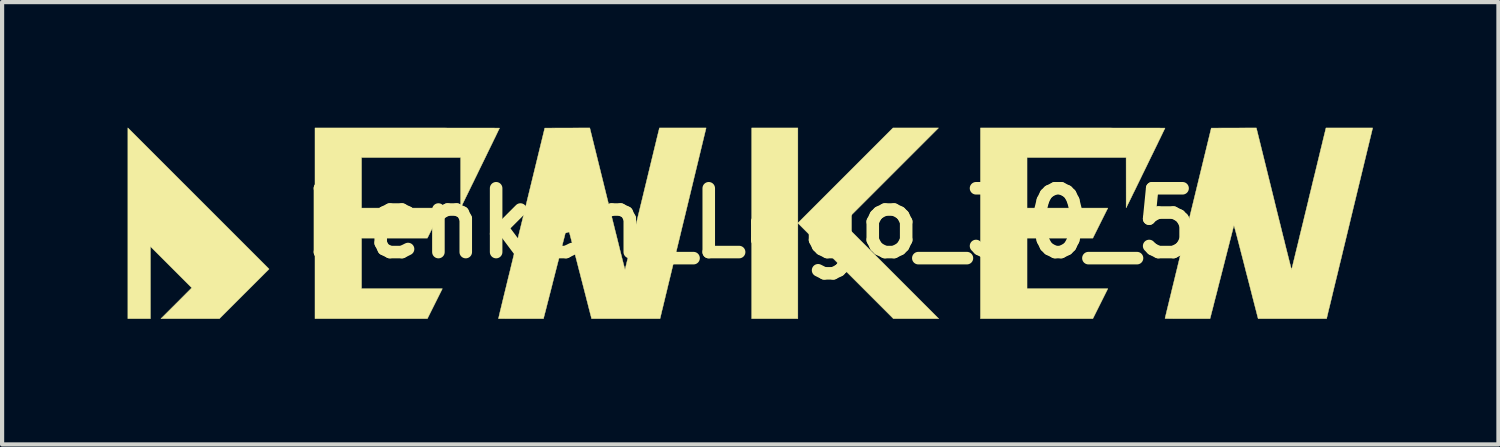
<source format=kicad_pcb>
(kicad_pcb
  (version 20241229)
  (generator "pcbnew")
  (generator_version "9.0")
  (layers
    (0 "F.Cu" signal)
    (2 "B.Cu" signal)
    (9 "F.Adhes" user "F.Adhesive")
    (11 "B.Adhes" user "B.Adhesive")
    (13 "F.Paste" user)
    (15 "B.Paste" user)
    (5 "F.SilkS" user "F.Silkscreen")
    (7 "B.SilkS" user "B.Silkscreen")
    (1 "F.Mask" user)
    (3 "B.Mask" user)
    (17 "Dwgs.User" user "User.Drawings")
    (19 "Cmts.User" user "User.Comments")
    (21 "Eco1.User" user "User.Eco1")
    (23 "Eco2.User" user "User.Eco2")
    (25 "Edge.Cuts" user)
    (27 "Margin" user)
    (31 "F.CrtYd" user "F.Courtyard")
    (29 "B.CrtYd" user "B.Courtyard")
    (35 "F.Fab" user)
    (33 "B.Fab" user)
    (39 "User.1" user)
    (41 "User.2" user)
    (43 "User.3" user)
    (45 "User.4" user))
  (footprint "Denken_Logo_30_5"
    (layer "F.Cu")
    (at 14.9 2.283)
    (property "Reference" "Denken_Logo_30_5" (at 0 0 0) (layer "F.SilkS") (effects (font (size 1.524 1.524) (thickness 0.3))))
    (attr through_hole)
    (fp_poly (pts (xy -13.208 -0.592) (xy -11.521 1.095) (xy -12.115 1.688) (xy -12.708 2.281) (xy -14.105 2.281) (xy -13.736 1.913) (xy -13.368 1.544) (xy -13.862 1.05) (xy -14.356 0.556) (xy -14.356 2.281) (xy -14.895 2.281) (xy -14.895 -2.278) (xy -13.208 -0.592)) (stroke (width 0.01) (type solid)) (fill yes) (layer "F.SilkS"))
    (fp_poly (pts (xy 1.113 -0.003) (xy 2.249 -1.139) (xy 3.386 -2.276) (xy 4.473 -2.276) (xy 3.335 -1.138) (xy 2.197 0) (xy 3.338 1.14) (xy 4.478 2.281) (xy 3.396 2.281) (xy 1.113 -0.003) (xy 1.113 2.281) (xy 0.01 2.281) (xy 0.01 -2.276) (xy 1.113 -2.276) (xy 1.113 -0.003)) (stroke (width 0.01) (type solid)) (fill yes) (layer "F.SilkS"))
    (fp_poly (pts (xy -8.07 -2.276) (xy -7.924 -2.276) (xy -7.78 -2.276) (xy -7.64 -2.276) (xy -7.503 -2.276) (xy -7.37 -2.276) (xy -7.241 -2.275) (xy -7.117 -2.275) (xy -6.998 -2.275) (xy -6.884 -2.275) (xy -6.775 -2.275) (xy -6.673 -2.275) (xy -6.576 -2.275) (xy -6.486 -2.275) (xy -6.403 -2.274) (xy -6.327 -2.274) (xy -6.258 -2.274) (xy -6.197 -2.274) (xy -6.145 -2.274) (xy -6.101 -2.273) (xy -6.065 -2.273) (xy -6.039 -2.273) (xy -6.022 -2.273) (xy -6.015 -2.272) (xy -6.015 -2.272) (xy -6.017 -2.268) (xy -6.023 -2.254) (xy -6.034 -2.233) (xy -6.048 -2.204) (xy -6.065 -2.168) (xy -6.086 -2.125) (xy -6.109 -2.076) (xy -6.136 -2.022) (xy -6.164 -1.964) (xy -6.195 -1.9) (xy -6.228 -1.833) (xy -6.262 -1.763) (xy -6.298 -1.689) (xy -6.334 -1.614) (xy -6.372 -1.536) (xy -6.41 -1.458) (xy -6.449 -1.379) (xy -6.488 -1.299) (xy -6.526 -1.22) (xy -6.564 -1.142) (xy -6.602 -1.065) (xy -6.638 -0.99) (xy -6.674 -0.918) (xy -6.708 -0.848) (xy -6.74 -0.782) (xy -6.77 -0.721) (xy -6.798 -0.663) (xy -6.824 -0.611) (xy -6.846 -0.564) (xy -6.866 -0.524) (xy -6.883 -0.49) (xy -6.896 -0.463) (xy -6.905 -0.445) (xy -6.909 -0.437) (xy -6.944 -0.368) (xy -6.944 -1.57) (xy -9.312 -1.57) (xy -9.312 -0.361) (xy -7.381 -0.361) (xy -7.56 -0.003) (xy -7.739 0.356) (xy -8.509 0.356) (xy -8.597 0.356) (xy -8.682 0.356) (xy -8.764 0.356) (xy -8.843 0.356) (xy -8.917 0.356) (xy -8.986 0.356) (xy -9.049 0.356) (xy -9.107 0.356) (xy -9.158 0.356) (xy -9.238 0.356) (xy -9.266 0.356) (xy -9.285 0.356) (xy -9.294 0.356) (xy -9.295 0.356) (xy -9.312 0.356) (xy -9.312 1.565) (xy -7.381 1.565) (xy -7.56 1.923) (xy -7.739 2.281) (xy -10.424 2.281) (xy -10.424 -2.276) (xy -8.219 -2.276) (xy -8.07 -2.276)) (stroke (width 0.01) (type solid)) (fill yes) (layer "F.SilkS"))
    (fp_poly (pts (xy 7.83 -2.276) (xy 7.977 -2.276) (xy 8.12 -2.276) (xy 8.261 -2.276) (xy 8.397 -2.276) (xy 8.53 -2.276) (xy 8.659 -2.275) (xy 8.783 -2.275) (xy 8.902 -2.275) (xy 9.017 -2.275) (xy 9.125 -2.275) (xy 9.228 -2.275) (xy 9.324 -2.275) (xy 9.414 -2.275) (xy 9.498 -2.274) (xy 9.574 -2.274) (xy 9.642 -2.274) (xy 9.703 -2.274) (xy 9.756 -2.274) (xy 9.8 -2.273) (xy 9.835 -2.273) (xy 9.862 -2.273) (xy 9.878 -2.273) (xy 9.885 -2.272) (xy 9.886 -2.272) (xy 9.883 -2.268) (xy 9.877 -2.254) (xy 9.867 -2.233) (xy 9.853 -2.204) (xy 9.835 -2.168) (xy 9.815 -2.125) (xy 9.791 -2.076) (xy 9.765 -2.022) (xy 9.736 -1.964) (xy 9.706 -1.9) (xy 9.673 -1.833) (xy 9.639 -1.763) (xy 9.603 -1.689) (xy 9.566 -1.614) (xy 9.528 -1.536) (xy 9.49 -1.458) (xy 9.452 -1.379) (xy 9.413 -1.299) (xy 9.374 -1.22) (xy 9.336 -1.142) (xy 9.299 -1.065) (xy 9.262 -0.99) (xy 9.227 -0.918) (xy 9.193 -0.848) (xy 9.161 -0.782) (xy 9.13 -0.721) (xy 9.102 -0.663) (xy 9.077 -0.611) (xy 9.054 -0.564) (xy 9.034 -0.524) (xy 9.018 -0.49) (xy 9.004 -0.463) (xy 8.995 -0.445) (xy 8.991 -0.437) (xy 8.957 -0.368) (xy 8.956 -1.57) (xy 6.589 -1.57) (xy 6.589 -0.361) (xy 8.519 -0.361) (xy 8.34 -0.003) (xy 8.161 0.356) (xy 7.391 0.356) (xy 7.304 0.356) (xy 7.218 0.356) (xy 7.136 0.356) (xy 7.058 0.356) (xy 6.984 0.356) (xy 6.915 0.356) (xy 6.851 0.356) (xy 6.793 0.356) (xy 6.742 0.356) (xy 6.662 0.356) (xy 6.635 0.356) (xy 6.616 0.356) (xy 6.606 0.356) (xy 6.605 0.356) (xy 6.589 0.356) (xy 6.589 1.565) (xy 8.519 1.565) (xy 8.34 1.923) (xy 8.161 2.281) (xy 5.476 2.281) (xy 5.476 -2.276) (xy 7.681 -2.276) (xy 7.83 -2.276)) (stroke (width 0.01) (type solid)) (fill yes) (layer "F.SilkS"))
    (fp_poly (pts (xy 12.487 -0.579) (xy 12.528 -0.409) (xy 12.568 -0.248) (xy 12.606 -0.095) (xy 12.642 0.048) (xy 12.675 0.183) (xy 12.706 0.309) (xy 12.736 0.426) (xy 12.762 0.535) (xy 12.787 0.634) (xy 12.81 0.724) (xy 12.83 0.804) (xy 12.848 0.876) (xy 12.864 0.938) (xy 12.877 0.99) (xy 12.888 1.033) (xy 12.897 1.067) (xy 12.904 1.091) (xy 12.908 1.105) (xy 12.909 1.109) (xy 12.909 1.109) (xy 12.911 1.104) (xy 12.915 1.088) (xy 12.921 1.064) (xy 12.929 1.031) (xy 12.939 0.99) (xy 12.951 0.94) (xy 12.965 0.883) (xy 12.981 0.818) (xy 12.998 0.747) (xy 13.017 0.669) (xy 13.038 0.584) (xy 13.06 0.494) (xy 13.083 0.398) (xy 13.107 0.297) (xy 13.133 0.191) (xy 13.16 0.081) (xy 13.188 -0.033) (xy 13.216 -0.151) (xy 13.246 -0.273) (xy 13.276 -0.397) (xy 13.307 -0.524) (xy 13.317 -0.569) (xy 13.348 -0.697) (xy 13.379 -0.822) (xy 13.408 -0.945) (xy 13.437 -1.065) (xy 13.466 -1.181) (xy 13.493 -1.293) (xy 13.519 -1.4) (xy 13.544 -1.504) (xy 13.568 -1.602) (xy 13.59 -1.694) (xy 13.611 -1.781) (xy 13.631 -1.862) (xy 13.649 -1.937) (xy 13.665 -2.004) (xy 13.68 -2.065) (xy 13.693 -2.118) (xy 13.704 -2.163) (xy 13.713 -2.199) (xy 13.719 -2.227) (xy 13.724 -2.246) (xy 13.726 -2.256) (xy 13.727 -2.257) (xy 13.732 -2.276) (xy 14.847 -2.276) (xy 14.327 -0.126) (xy 14.292 0.021) (xy 14.257 0.165) (xy 14.223 0.307) (xy 14.189 0.447) (xy 14.156 0.583) (xy 14.124 0.716) (xy 14.093 0.846) (xy 14.062 0.971) (xy 14.033 1.092) (xy 14.005 1.209) (xy 13.978 1.32) (xy 13.952 1.426) (xy 13.928 1.526) (xy 13.905 1.62) (xy 13.884 1.708) (xy 13.865 1.789) (xy 13.847 1.863) (xy 13.831 1.929) (xy 13.817 1.988) (xy 13.804 2.038) (xy 13.794 2.08) (xy 13.786 2.113) (xy 13.78 2.137) (xy 13.777 2.152) (xy 13.777 2.153) (xy 13.746 2.281) (xy 12.111 2.281) (xy 12.107 2.264) (xy 12.105 2.258) (xy 12.101 2.242) (xy 12.094 2.217) (xy 12.086 2.184) (xy 12.075 2.143) (xy 12.063 2.094) (xy 12.048 2.038) (xy 12.032 1.975) (xy 12.014 1.906) (xy 11.995 1.831) (xy 11.974 1.751) (xy 11.953 1.666) (xy 11.93 1.577) (xy 11.906 1.483) (xy 11.881 1.386) (xy 11.855 1.286) (xy 11.828 1.183) (xy 11.818 1.144) (xy 11.787 1.021) (xy 11.758 0.908) (xy 11.731 0.803) (xy 11.706 0.708) (xy 11.684 0.621) (xy 11.663 0.541) (xy 11.645 0.47) (xy 11.628 0.405) (xy 11.613 0.348) (xy 11.6 0.297) (xy 11.588 0.252) (xy 11.578 0.213) (xy 11.569 0.18) (xy 11.561 0.151) (xy 11.554 0.127) (xy 11.549 0.107) (xy 11.544 0.091) (xy 11.54 0.079) (xy 11.537 0.07) (xy 11.535 0.064) (xy 11.533 0.06) (xy 11.531 0.058) (xy 11.53 0.058) (xy 11.529 0.059) (xy 11.529 0.061) (xy 11.529 0.062) (xy 11.527 0.069) (xy 11.523 0.085) (xy 11.516 0.11) (xy 11.507 0.144) (xy 11.497 0.186) (xy 11.484 0.235) (xy 11.47 0.291) (xy 11.454 0.354) (xy 11.436 0.423) (xy 11.417 0.497) (xy 11.397 0.577) (xy 11.375 0.661) (xy 11.353 0.749) (xy 11.329 0.841) (xy 11.305 0.937) (xy 11.28 1.035) (xy 11.263 1.102) (xy 11.237 1.203) (xy 11.212 1.302) (xy 11.187 1.398) (xy 11.163 1.491) (xy 11.141 1.581) (xy 11.119 1.667) (xy 11.098 1.748) (xy 11.078 1.825) (xy 11.06 1.895) (xy 11.044 1.96) (xy 11.029 2.019) (xy 11.016 2.07) (xy 11.004 2.114) (xy 10.995 2.149) (xy 10.988 2.177) (xy 10.984 2.195) (xy 10.982 2.201) (xy 10.961 2.281) (xy 10.423 2.281) (xy 10.335 2.281) (xy 10.256 2.281) (xy 10.186 2.281) (xy 10.125 2.281) (xy 10.072 2.28) (xy 10.026 2.28) (xy 9.989 2.28) (xy 9.957 2.279) (xy 9.933 2.279) (xy 9.914 2.278) (xy 9.9 2.277) (xy 9.891 2.276) (xy 9.887 2.275) (xy 9.886 2.275) (xy 9.887 2.269) (xy 9.89 2.254) (xy 9.896 2.23) (xy 9.904 2.197) (xy 9.914 2.156) (xy 9.926 2.105) (xy 9.94 2.047) (xy 9.956 1.982) (xy 9.974 1.909) (xy 9.993 1.828) (xy 10.015 1.741) (xy 10.037 1.648) (xy 10.061 1.548) (xy 10.087 1.443) (xy 10.114 1.332) (xy 10.142 1.215) (xy 10.172 1.094) (xy 10.202 0.968) (xy 10.234 0.838) (xy 10.267 0.704) (xy 10.3 0.566) (xy 10.334 0.425) (xy 10.37 0.281) (xy 10.405 0.134) (xy 10.439 -0.003) (xy 10.991 -2.273) (xy 11.529 -2.275) (xy 12.068 -2.276) (xy 12.487 -0.579)) (stroke (width 0.01) (type solid)) (fill yes) (layer "F.SilkS"))
    (fp_poly (pts (xy -3.439 -0.579) (xy -3.397 -0.409) (xy -3.358 -0.248) (xy -3.32 -0.095) (xy -3.284 0.048) (xy -3.251 0.183) (xy -3.219 0.309) (xy -3.19 0.426) (xy -3.163 0.535) (xy -3.139 0.634) (xy -3.116 0.724) (xy -3.096 0.804) (xy -3.078 0.876) (xy -3.062 0.938) (xy -3.049 0.99) (xy -3.037 1.033) (xy -3.029 1.067) (xy -3.022 1.091) (xy -3.018 1.105) (xy -3.016 1.109) (xy -3.016 1.109) (xy -3.015 1.104) (xy -3.011 1.088) (xy -3.005 1.064) (xy -2.997 1.031) (xy -2.987 0.99) (xy -2.975 0.94) (xy -2.961 0.883) (xy -2.945 0.818) (xy -2.928 0.747) (xy -2.909 0.669) (xy -2.888 0.584) (xy -2.866 0.494) (xy -2.843 0.398) (xy -2.818 0.297) (xy -2.793 0.191) (xy -2.766 0.081) (xy -2.738 -0.033) (xy -2.71 -0.151) (xy -2.68 -0.273) (xy -2.65 -0.397) (xy -2.619 -0.524) (xy -2.608 -0.569) (xy -2.577 -0.697) (xy -2.547 -0.822) (xy -2.517 -0.945) (xy -2.488 -1.065) (xy -2.46 -1.181) (xy -2.433 -1.293) (xy -2.407 -1.4) (xy -2.382 -1.504) (xy -2.358 -1.602) (xy -2.336 -1.694) (xy -2.315 -1.781) (xy -2.295 -1.862) (xy -2.277 -1.937) (xy -2.261 -2.004) (xy -2.246 -2.065) (xy -2.233 -2.118) (xy -2.222 -2.163) (xy -2.213 -2.199) (xy -2.206 -2.227) (xy -2.202 -2.246) (xy -2.199 -2.256) (xy -2.199 -2.257) (xy -2.194 -2.276) (xy -1.079 -2.276) (xy -1.598 -0.126) (xy -1.634 0.021) (xy -1.669 0.165) (xy -1.703 0.307) (xy -1.737 0.447) (xy -1.77 0.583) (xy -1.802 0.716) (xy -1.833 0.846) (xy -1.864 0.971) (xy -1.893 1.092) (xy -1.921 1.209) (xy -1.948 1.32) (xy -1.974 1.426) (xy -1.998 1.526) (xy -2.02 1.62) (xy -2.042 1.708) (xy -2.061 1.789) (xy -2.079 1.863) (xy -2.095 1.929) (xy -2.109 1.988) (xy -2.121 2.038) (xy -2.132 2.08) (xy -2.14 2.113) (xy -2.145 2.137) (xy -2.149 2.152) (xy -2.149 2.153) (xy -2.18 2.281) (xy -3.815 2.281) (xy -3.819 2.264) (xy -3.821 2.258) (xy -3.825 2.242) (xy -3.831 2.217) (xy -3.84 2.184) (xy -3.851 2.143) (xy -3.863 2.094) (xy -3.878 2.038) (xy -3.894 1.975) (xy -3.911 1.906) (xy -3.931 1.831) (xy -3.951 1.751) (xy -3.973 1.666) (xy -3.996 1.577) (xy -4.02 1.483) (xy -4.045 1.386) (xy -4.071 1.286) (xy -4.097 1.183) (xy -4.108 1.144) (xy -4.139 1.021) (xy -4.168 0.908) (xy -4.195 0.803) (xy -4.22 0.708) (xy -4.242 0.621) (xy -4.263 0.541) (xy -4.281 0.47) (xy -4.298 0.405) (xy -4.313 0.348) (xy -4.326 0.297) (xy -4.338 0.252) (xy -4.348 0.213) (xy -4.357 0.18) (xy -4.365 0.151) (xy -4.372 0.127) (xy -4.377 0.107) (xy -4.382 0.091) (xy -4.386 0.079) (xy -4.389 0.07) (xy -4.391 0.064) (xy -4.393 0.06) (xy -4.394 0.058) (xy -4.396 0.058) (xy -4.396 0.059) (xy -4.397 0.061) (xy -4.397 0.062) (xy -4.399 0.069) (xy -4.403 0.085) (xy -4.41 0.11) (xy -4.418 0.144) (xy -4.429 0.186) (xy -4.442 0.235) (xy -4.456 0.291) (xy -4.472 0.354) (xy -4.49 0.423) (xy -4.509 0.497) (xy -4.529 0.577) (xy -4.55 0.661) (xy -4.573 0.749) (xy -4.596 0.841) (xy -4.621 0.937) (xy -4.646 1.035) (xy -4.663 1.102) (xy -4.689 1.203) (xy -4.714 1.302) (xy -4.739 1.398) (xy -4.762 1.491) (xy -4.785 1.581) (xy -4.807 1.667) (xy -4.828 1.748) (xy -4.847 1.825) (xy -4.866 1.895) (xy -4.882 1.96) (xy -4.897 2.019) (xy -4.91 2.07) (xy -4.921 2.114) (xy -4.931 2.149) (xy -4.938 2.177) (xy -4.942 2.195) (xy -4.944 2.201) (xy -4.965 2.281) (xy -5.502 2.281) (xy -5.575 2.281) (xy -5.645 2.281) (xy -5.712 2.281) (xy -5.774 2.281) (xy -5.831 2.281) (xy -5.883 2.28) (xy -5.929 2.28) (xy -5.967 2.28) (xy -5.999 2.28) (xy -6.022 2.28) (xy -6.036 2.28) (xy -6.04 2.279) (xy -6.039 2.273) (xy -6.035 2.256) (xy -6.029 2.231) (xy -6.021 2.196) (xy -6.011 2.153) (xy -5.999 2.101) (xy -5.984 2.041) (xy -5.968 1.974) (xy -5.95 1.899) (xy -5.93 1.817) (xy -5.909 1.728) (xy -5.906 1.717) (xy -5.897 1.681) (xy -5.886 1.635) (xy -5.873 1.581) (xy -5.857 1.518) (xy -5.84 1.447) (xy -5.821 1.368) (xy -5.8 1.282) (xy -5.777 1.19) (xy -5.753 1.092) (xy -5.728 0.987) (xy -5.701 0.878) (xy -5.674 0.763) (xy -5.645 0.645) (xy -5.615 0.522) (xy -5.584 0.396) (xy -5.553 0.267) (xy -5.521 0.136) (xy -5.488 0.002) (xy -5.455 -0.133) (xy -5.422 -0.269) (xy -5.389 -0.406) (xy -5.37 -0.483) (xy -4.934 -2.273) (xy -4.396 -2.275) (xy -3.858 -2.276) (xy -3.439 -0.579)) (stroke (width 0.01) (type solid)) (fill yes) (layer "F.SilkS")))
  (gr_rect
    (start -3 -3)
    (end 32.752 7.569)
    (stroke (width 0.1) (type default))
    (fill no)
    (layer "Edge.Cuts")))
</source>
